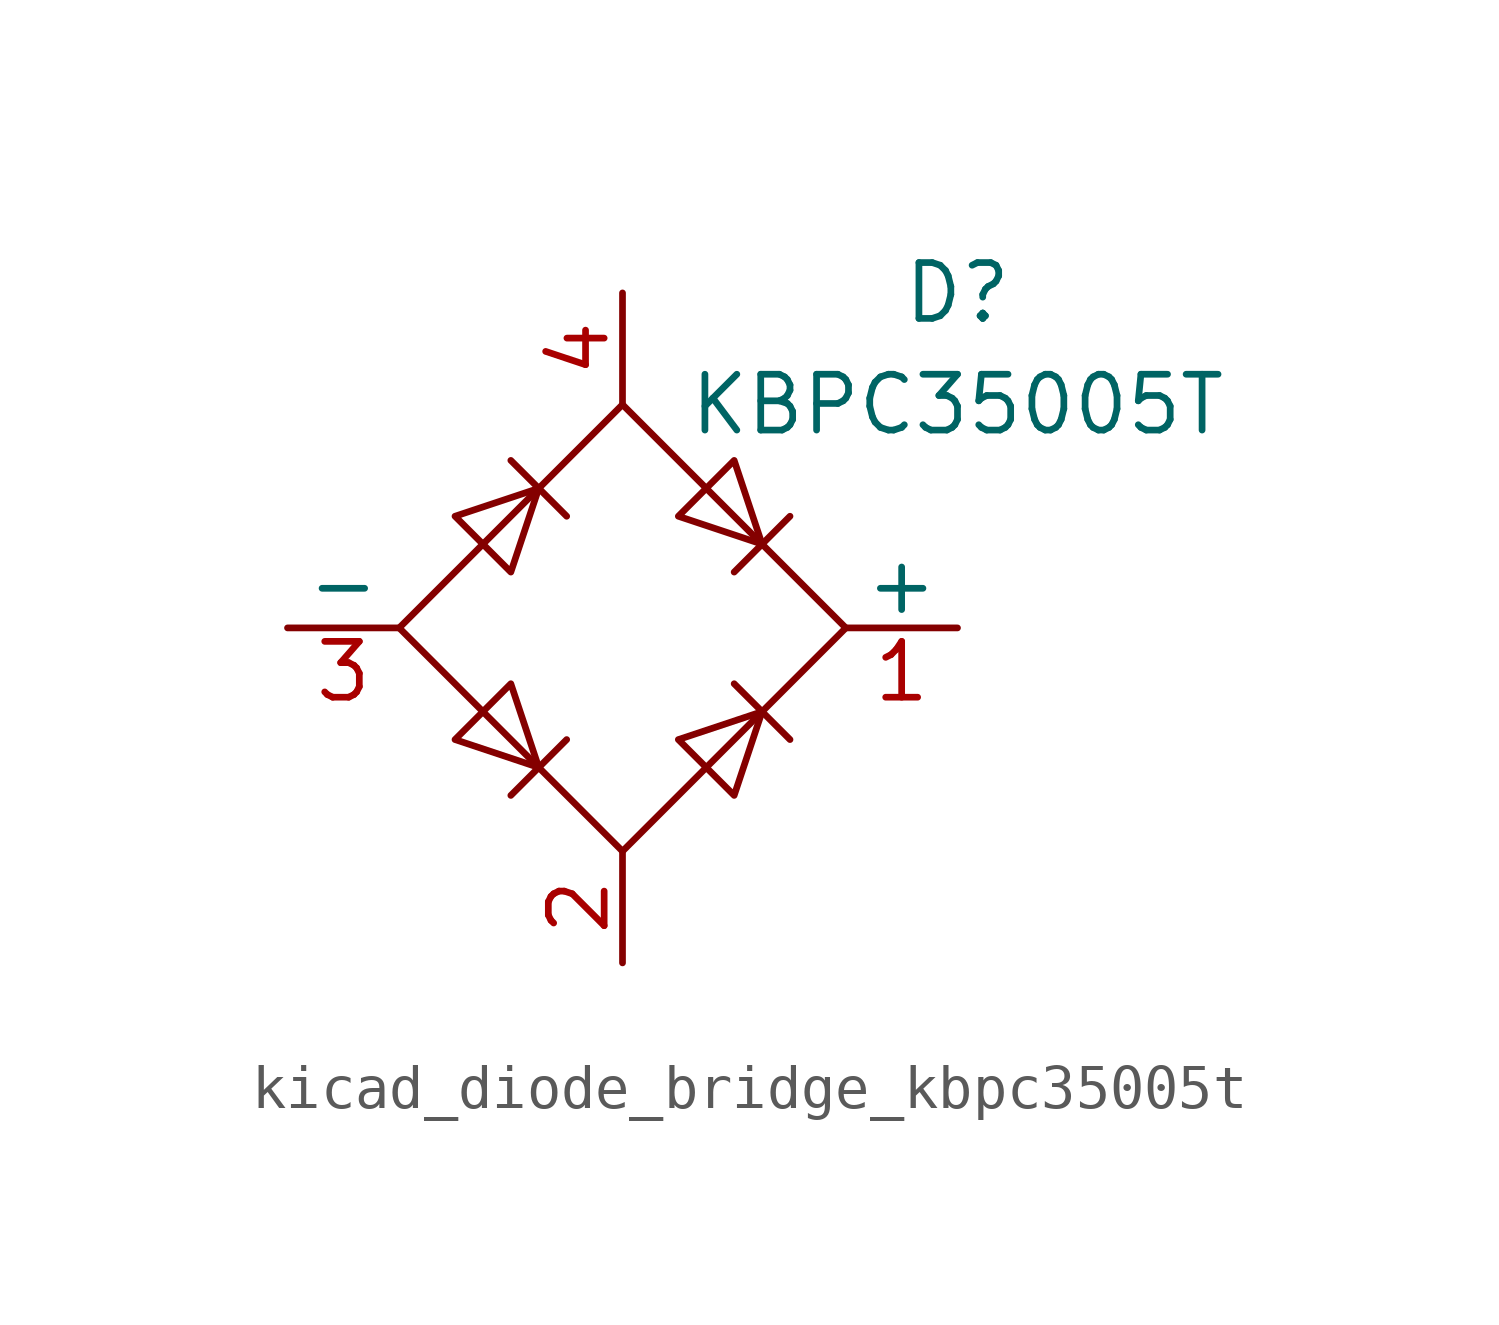
<source format=kicad_sym>
(kicad_symbol_lib
  (version 20220914)
  (generator kicad_symbol_editor)
  (symbol "kicad_diode_bridge_kbpc35005t"
    (pin_names
      (offset 0))
    (property "Reference" "D"
      (at 7.62 7.62 0)
      (effects (font (size 1.27 1.27))))
    (property "Value" "KBPC35005T"
      (at 7.62 5.08 0)
      (effects (font (size 1.27 1.27))))
    (symbol "kicad_diode_bridge_kbpc35005t_0_1"
      (polyline (pts (xy -2.54 3.81) (xy -1.27 2.54)) (stroke (width 0) (type default)) (fill (type none)))
      (polyline (pts (xy -1.27 -2.54) (xy -2.54 -3.81)) (stroke (width 0) (type default)) (fill (type none)))
      (polyline (pts (xy 2.54 -1.27) (xy 3.81 -2.54)) (stroke (width 0) (type default)) (fill (type none)))
      (polyline (pts (xy 2.54 1.27) (xy 3.81 2.54)) (stroke (width 0) (type default)) (fill (type none)))
      (polyline (pts (xy -3.81 2.54) (xy -2.54 1.27) (xy -1.905 3.175) (xy -3.81 2.54)) (stroke (width 0) (type default)) (fill (type none)))
      (polyline (pts (xy -2.54 -1.27) (xy -3.81 -2.54) (xy -1.905 -3.175) (xy -2.54 -1.27)) (stroke (width 0) (type default)) (fill (type none)))
      (polyline (pts (xy 1.27 2.54) (xy 2.54 3.81) (xy 3.175 1.905) (xy 1.27 2.54)) (stroke (width 0) (type default)) (fill (type none)))
      (polyline (pts (xy 3.175 -1.905) (xy 1.27 -2.54) (xy 2.54 -3.81) (xy 3.175 -1.905)) (stroke (width 0) (type default)) (fill (type none)))
      (polyline (pts (xy -5.08 0) (xy 0 -5.08) (xy 5.08 0) (xy 0 5.08) (xy -5.08 0)) (stroke (width 0) (type default)) (fill (type none))))
    (symbol "kicad_diode_bridge_kbpc35005t_1_1"
      (pin passive line (at 7.62 0 180) (length 2.54) (name "+" (effects (font (size 1.27 1.27)))) (number "1" (effects (font (size 1.27 1.27)))))
      (pin passive line (at 0 -7.62 90) (length 2.54) (name "~" (effects (font (size 1.27 1.27)))) (number "2" (effects (font (size 1.27 1.27)))))
      (pin passive line (at -7.62 0 0) (length 2.54) (name "-" (effects (font (size 1.27 1.27)))) (number "3" (effects (font (size 1.27 1.27)))))
      (pin passive line (at 0 7.62 270) (length 2.54) (name "~" (effects (font (size 1.27 1.27)))) (number "4" (effects (font (size 1.27 1.27))))))))
</source>
